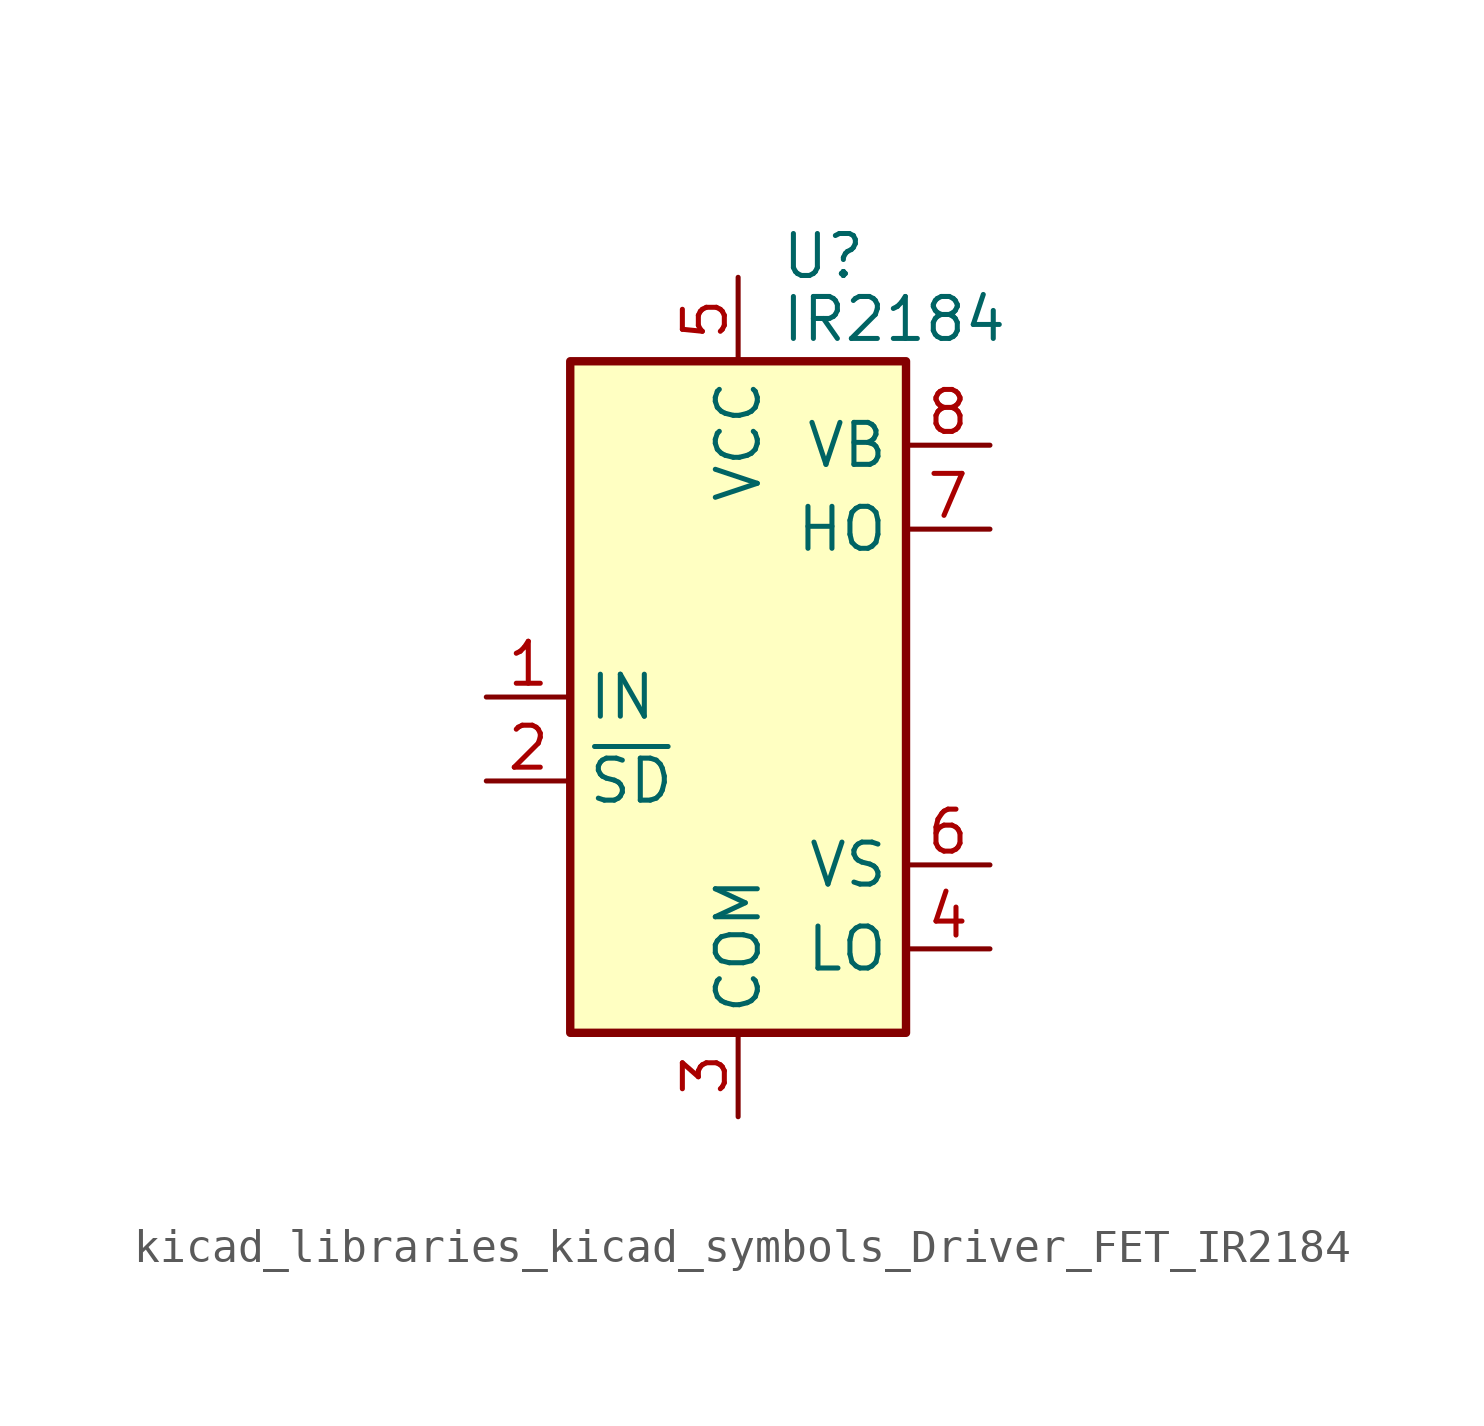
<source format=kicad_sym>
(kicad_symbol_lib
  (version 20220914)
  (generator kicad_symbol_editor)
  (symbol "kicad_libraries_kicad_symbols_Driver_FET_IR2184"
    (property "Reference" "U"
      (at 1.27 13.335 0)
      (effects (font (size 1.27 1.27)) (justify left)))
    (property "Value" "IR2184"
      (at 1.27 11.43 0)
      (effects (font (size 1.27 1.27)) (justify left)))
    (symbol "kicad_libraries_kicad_symbols_Driver_FET_IR2184_0_1"
      (rectangle (start -5.08 -10.16) (end 5.08 10.16) (stroke (width 0.254) (type default)) (fill (type background))))
    (symbol "kicad_libraries_kicad_symbols_Driver_FET_IR2184_1_1"
      (pin input line (at -7.62 0 0) (length 2.54) (name "IN" (effects (font (size 1.27 1.27)))) (number "1" (effects (font (size 1.27 1.27)))))
      (pin input line (at -7.62 -2.54 0) (length 2.54) (name "~{SD}" (effects (font (size 1.27 1.27)))) (number "2" (effects (font (size 1.27 1.27)))))
      (pin power_in line (at 0 -12.7 90) (length 2.54) (name "COM" (effects (font (size 1.27 1.27)))) (number "3" (effects (font (size 1.27 1.27)))))
      (pin output line (at 7.62 -7.62 180) (length 2.54) (name "LO" (effects (font (size 1.27 1.27)))) (number "4" (effects (font (size 1.27 1.27)))))
      (pin power_in line (at 0 12.7 270) (length 2.54) (name "VCC" (effects (font (size 1.27 1.27)))) (number "5" (effects (font (size 1.27 1.27)))))
      (pin passive line (at 7.62 -5.08 180) (length 2.54) (name "VS" (effects (font (size 1.27 1.27)))) (number "6" (effects (font (size 1.27 1.27)))))
      (pin output line (at 7.62 5.08 180) (length 2.54) (name "HO" (effects (font (size 1.27 1.27)))) (number "7" (effects (font (size 1.27 1.27)))))
      (pin passive line (at 7.62 7.62 180) (length 2.54) (name "VB" (effects (font (size 1.27 1.27)))) (number "8" (effects (font (size 1.27 1.27))))))))
</source>
